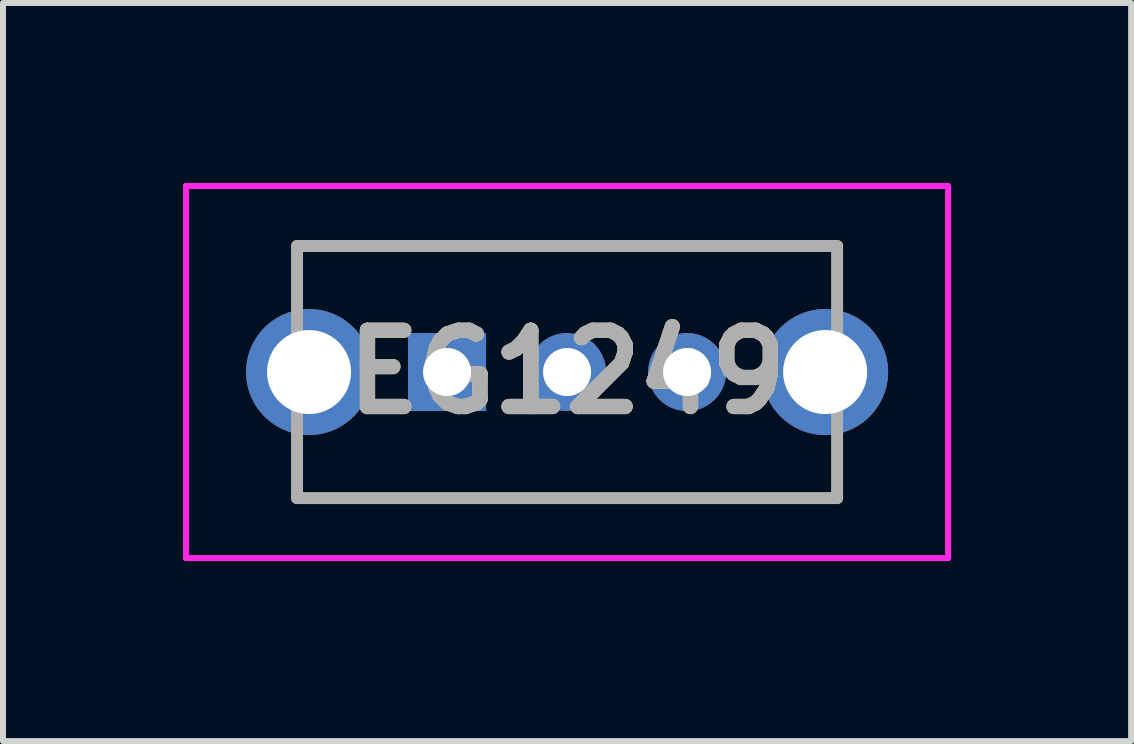
<source format=kicad_pcb>
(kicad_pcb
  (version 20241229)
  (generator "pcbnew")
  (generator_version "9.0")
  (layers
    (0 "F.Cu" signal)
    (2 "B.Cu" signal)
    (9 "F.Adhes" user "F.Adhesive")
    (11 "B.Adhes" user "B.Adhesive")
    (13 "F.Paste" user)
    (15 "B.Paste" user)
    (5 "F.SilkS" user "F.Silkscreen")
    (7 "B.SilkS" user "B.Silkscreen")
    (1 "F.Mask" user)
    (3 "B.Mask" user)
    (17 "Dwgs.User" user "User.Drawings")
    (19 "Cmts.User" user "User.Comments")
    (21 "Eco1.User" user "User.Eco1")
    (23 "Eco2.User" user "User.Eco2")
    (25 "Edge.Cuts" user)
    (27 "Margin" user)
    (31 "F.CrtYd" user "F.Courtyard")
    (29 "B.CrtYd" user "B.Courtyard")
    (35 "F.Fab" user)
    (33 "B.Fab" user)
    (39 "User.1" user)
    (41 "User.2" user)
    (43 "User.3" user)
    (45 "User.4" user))
  (footprint "EG1249"
    (layer "F.Cu")
    (at 4.4 3.15)
    (property "Reference" "EG1249" (at 2 0 0) (layer "F.SilkS") (effects (font (size 1.27 1.27) (thickness 0.254))))
    (attr through_hole)
    (fp_line (start -2.5 -2.1) (end 6.5 -2.1) (stroke (width 0.1) (type solid)) (layer "F.SilkS"))
    (fp_line (start -2.5 -1.5) (end -2.5 -2.1) (stroke (width 0.1) (type solid)) (layer "F.SilkS"))
    (fp_line (start -2.5 1.5) (end -2.5 2.1) (stroke (width 0.1) (type solid)) (layer "F.SilkS"))
    (fp_line (start -2.5 2.1) (end 6.5 2.1) (stroke (width 0.1) (type solid)) (layer "F.SilkS"))
    (fp_line (start 6.5 -2.1) (end 6.5 -1.5) (stroke (width 0.1) (type solid)) (layer "F.SilkS"))
    (fp_line (start 6.5 2.1) (end 6.5 1.5) (stroke (width 0.1) (type solid)) (layer "F.SilkS"))
    (fp_line (start -4.35 -3.1) (end 8.35 -3.1) (stroke (width 0.1) (type solid)) (layer "F.CrtYd"))
    (fp_line (start -4.35 3.1) (end -4.35 -3.1) (stroke (width 0.1) (type solid)) (layer "F.CrtYd"))
    (fp_line (start 8.35 -3.1) (end 8.35 3.1) (stroke (width 0.1) (type solid)) (layer "F.CrtYd"))
    (fp_line (start 8.35 3.1) (end -4.35 3.1) (stroke (width 0.1) (type solid)) (layer "F.CrtYd"))
    (fp_line (start -2.5 -2.1) (end 6.5 -2.1) (stroke (width 0.2) (type solid)) (layer "F.Fab"))
    (fp_line (start -2.5 2.1) (end -2.5 -2.1) (stroke (width 0.2) (type solid)) (layer "F.Fab"))
    (fp_line (start 6.5 -2.1) (end 6.5 2.1) (stroke (width 0.2) (type solid)) (layer "F.Fab"))
    (fp_line (start 6.5 2.1) (end -2.5 2.1) (stroke (width 0.2) (type solid)) (layer "F.Fab"))
    (fp_text user "${REFERENCE}" (at 2 0 0) (layer "F.Fab") (effects (font (size 1.27 1.27) (thickness 0.254))))
    (pad "1" thru_hole rect (at 0 0) (size 1.3 1.3) (drill 0.8) (layers "*.Cu" "*.Mask"))
    (pad "2" thru_hole circle (at 2 0) (size 1.3 1.3) (drill 0.8) (layers "*.Cu" "*.Mask"))
    (pad "3" thru_hole circle (at 4 0) (size 1.3 1.3) (drill 0.8) (layers "*.Cu" "*.Mask"))
    (pad "4" thru_hole circle (at -2.3 0) (size 2.1 2.1) (drill 1.4) (layers "*.Cu" "*.Mask"))
    (pad "5" thru_hole circle (at 6.3 0) (size 2.1 2.1) (drill 1.4) (layers "*.Cu" "*.Mask")))
  (gr_rect
    (start -3 -3)
    (end 15.8 9.3)
    (stroke (width 0.1) (type default))
    (fill no)
    (layer "Edge.Cuts")))
</source>
